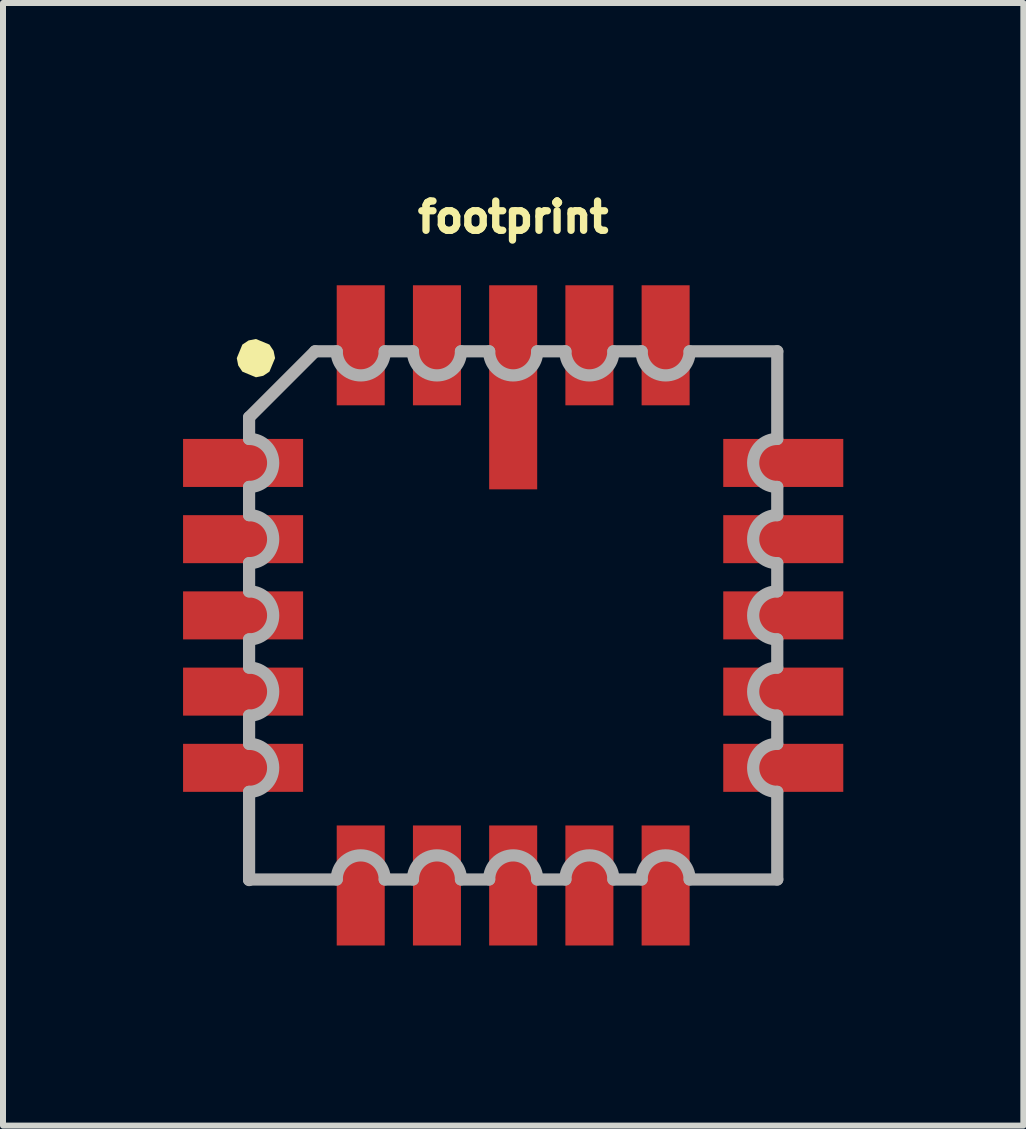
<source format=kicad_pcb>
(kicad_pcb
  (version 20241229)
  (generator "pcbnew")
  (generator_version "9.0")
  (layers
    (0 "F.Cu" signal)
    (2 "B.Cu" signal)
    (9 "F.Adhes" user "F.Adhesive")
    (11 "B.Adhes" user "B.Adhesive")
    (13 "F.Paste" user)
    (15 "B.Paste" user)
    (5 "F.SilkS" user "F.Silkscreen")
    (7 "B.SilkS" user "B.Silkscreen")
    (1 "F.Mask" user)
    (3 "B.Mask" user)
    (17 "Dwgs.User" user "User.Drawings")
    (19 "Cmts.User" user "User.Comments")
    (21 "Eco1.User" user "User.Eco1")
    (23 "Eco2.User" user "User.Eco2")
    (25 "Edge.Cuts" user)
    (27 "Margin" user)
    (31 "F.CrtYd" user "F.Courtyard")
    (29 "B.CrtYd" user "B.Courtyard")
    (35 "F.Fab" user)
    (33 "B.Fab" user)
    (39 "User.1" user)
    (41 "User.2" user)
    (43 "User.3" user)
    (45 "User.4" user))
  (footprint "footprint"
    (layer "F.Cu")
    (at 5.5 7.203)
    (property "Reference" "footprint" (at 0 -6.35 0) (layer "F.SilkS") (effects (font (size 0.488 0.488) (thickness 0.122)) (justify bottom)))
    (fp_poly (pts (xy -4.061 -4.512) (xy -3.992 -4.408) (xy -3.967 -4.286) (xy -4.061 -4.061) (xy -4.164 -3.992) (xy -4.286 -3.967) (xy -4.512 -4.061) (xy -4.581 -4.164) (xy -4.605 -4.286) (xy -4.512 -4.512) (xy -4.408 -4.581) (xy -4.286 -4.605)) (stroke (width 0) (type solid)) (fill yes) (layer "F.SilkS"))
    (fp_line (start -4.4 -3.3) (end -4.4 -2.94) (stroke (width 0.203) (type solid)) (layer "F.Fab"))
    (fp_line (start -4.4 -2.14) (end -4.4 -1.67) (stroke (width 0.203) (type solid)) (layer "F.Fab"))
    (fp_line (start -4.4 -0.87) (end -4.4 -0.4) (stroke (width 0.203) (type solid)) (layer "F.Fab"))
    (fp_line (start -4.4 0.4) (end -4.4 0.87) (stroke (width 0.203) (type solid)) (layer "F.Fab"))
    (fp_line (start -4.4 1.67) (end -4.4 2.14) (stroke (width 0.203) (type solid)) (layer "F.Fab"))
    (fp_line (start -4.4 2.94) (end -4.4 4.4) (stroke (width 0.203) (type solid)) (layer "F.Fab"))
    (fp_line (start -4.4 4.4) (end -4.4 4.41) (stroke (width 0.203) (type solid)) (layer "F.Fab"))
    (fp_line (start -4.4 4.4) (end -2.94 4.4) (stroke (width 0.203) (type solid)) (layer "F.Fab"))
    (fp_line (start -3.3 -4.4) (end -4.4 -3.3) (stroke (width 0.203) (type solid)) (layer "F.Fab"))
    (fp_line (start -2.94 -4.4) (end -3.3 -4.4) (stroke (width 0.203) (type solid)) (layer "F.Fab"))
    (fp_line (start -2.14 4.4) (end -1.67 4.4) (stroke (width 0.203) (type solid)) (layer "F.Fab"))
    (fp_line (start -1.67 -4.4) (end -2.14 -4.4) (stroke (width 0.203) (type solid)) (layer "F.Fab"))
    (fp_line (start -0.87 4.4) (end -0.4 4.4) (stroke (width 0.203) (type solid)) (layer "F.Fab"))
    (fp_line (start -0.4 -4.4) (end -0.87 -4.4) (stroke (width 0.203) (type solid)) (layer "F.Fab"))
    (fp_line (start 0.4 4.4) (end 0.87 4.4) (stroke (width 0.203) (type solid)) (layer "F.Fab"))
    (fp_line (start 0.87 -4.4) (end 0.4 -4.4) (stroke (width 0.203) (type solid)) (layer "F.Fab"))
    (fp_line (start 1.67 4.4) (end 2.14 4.4) (stroke (width 0.203) (type solid)) (layer "F.Fab"))
    (fp_line (start 2.14 -4.4) (end 1.67 -4.4) (stroke (width 0.203) (type solid)) (layer "F.Fab"))
    (fp_line (start 2.94 4.4) (end 4.4 4.4) (stroke (width 0.203) (type solid)) (layer "F.Fab"))
    (fp_line (start 4.4 -4.4) (end 2.94 -4.4) (stroke (width 0.203) (type solid)) (layer "F.Fab"))
    (fp_line (start 4.4 -2.94) (end 4.4 -4.4) (stroke (width 0.203) (type solid)) (layer "F.Fab"))
    (fp_line (start 4.4 -1.67) (end 4.4 -2.14) (stroke (width 0.203) (type solid)) (layer "F.Fab"))
    (fp_line (start 4.4 -0.4) (end 4.4 -0.87) (stroke (width 0.203) (type solid)) (layer "F.Fab"))
    (fp_line (start 4.4 0.87) (end 4.4 0.4) (stroke (width 0.203) (type solid)) (layer "F.Fab"))
    (fp_line (start 4.4 2.14) (end 4.4 1.67) (stroke (width 0.203) (type solid)) (layer "F.Fab"))
    (fp_line (start 4.4 4.4) (end 4.4 2.94) (stroke (width 0.203) (type solid)) (layer "F.Fab"))
    (fp_arc (start -4.3985 -2.94) (mid -3.9985 -2.54) (end -4.3985 -2.14) (stroke (width 0.2032) (type solid)) (layer "F.Fab"))
    (fp_arc (start -4.3985 -1.67) (mid -3.9985 -1.27) (end -4.3985 -0.87) (stroke (width 0.2032) (type solid)) (layer "F.Fab"))
    (fp_arc (start -4.3985 -0.4001) (mid -3.9984 0) (end -4.3985 0.4001) (stroke (width 0.2032) (type solid)) (layer "F.Fab"))
    (fp_arc (start -4.3985 0.8699) (mid -3.9984 1.27) (end -4.3985 1.6701) (stroke (width 0.2032) (type solid)) (layer "F.Fab"))
    (fp_arc (start -4.3985 2.1399) (mid -3.9984 2.54) (end -4.3985 2.9401) (stroke (width 0.2032) (type solid)) (layer "F.Fab"))
    (fp_arc (start -2.9401 4.3985) (mid -2.54 3.9984) (end -2.1399 4.3985) (stroke (width 0.2032) (type solid)) (layer "F.Fab"))
    (fp_arc (start -2.1399 -4.3985) (mid -2.54 -3.9984) (end -2.9401 -4.3985) (stroke (width 0.2032) (type solid)) (layer "F.Fab"))
    (fp_arc (start -1.6701 4.3985) (mid -1.27 3.9984) (end -0.8699 4.3985) (stroke (width 0.2032) (type solid)) (layer "F.Fab"))
    (fp_arc (start -0.8699 -4.3985) (mid -1.27 -3.9984) (end -1.6701 -4.3985) (stroke (width 0.2032) (type solid)) (layer "F.Fab"))
    (fp_arc (start -0.4001 4.3985) (mid 0 3.9984) (end 0.4001 4.3985) (stroke (width 0.2032) (type solid)) (layer "F.Fab"))
    (fp_arc (start 0.4001 -4.3985) (mid 0 -3.9984) (end -0.4001 -4.3985) (stroke (width 0.2032) (type solid)) (layer "F.Fab"))
    (fp_arc (start 0.87 4.3985) (mid 1.27 3.9985) (end 1.67 4.3985) (stroke (width 0.2032) (type solid)) (layer "F.Fab"))
    (fp_arc (start 1.67 -4.3985) (mid 1.27 -3.9985) (end 0.87 -4.3985) (stroke (width 0.2032) (type solid)) (layer "F.Fab"))
    (fp_arc (start 2.14 4.3985) (mid 2.54 3.9985) (end 2.94 4.3985) (stroke (width 0.2032) (type solid)) (layer "F.Fab"))
    (fp_arc (start 2.94 -4.3985) (mid 2.54 -3.9985) (end 2.14 -4.3985) (stroke (width 0.2032) (type solid)) (layer "F.Fab"))
    (fp_arc (start 4.3985 -2.1399) (mid 3.9984 -2.54) (end 4.3985 -2.9401) (stroke (width 0.2032) (type solid)) (layer "F.Fab"))
    (fp_arc (start 4.3985 -0.8699) (mid 3.9984 -1.27) (end 4.3985 -1.6701) (stroke (width 0.2032) (type solid)) (layer "F.Fab"))
    (fp_arc (start 4.3985 0.4001) (mid 3.9984 0) (end 4.3985 -0.4001) (stroke (width 0.2032) (type solid)) (layer "F.Fab"))
    (fp_arc (start 4.3985 1.67) (mid 3.9985 1.27) (end 4.3985 0.87) (stroke (width 0.2032) (type solid)) (layer "F.Fab"))
    (fp_arc (start 4.3985 2.94) (mid 3.9985 2.54) (end 4.3985 2.14) (stroke (width 0.2032) (type solid)) (layer "F.Fab"))
    (pad "1" smd rect (at 0 -3.8) (size 0.8 3.4) (layers "F.Cu" "F.Mask" "F.Paste"))
    (pad "2" smd rect (at -1.27 -4.5) (size 0.8 2) (layers "F.Cu" "F.Mask" "F.Paste"))
    (pad "3" smd rect (at -2.54 -4.5) (size 0.8 2) (layers "F.Cu" "F.Mask" "F.Paste"))
    (pad "4" smd rect (at -4.5 -2.54) (size 2 0.8) (layers "F.Cu" "F.Mask" "F.Paste"))
    (pad "5" smd rect (at -4.5 -1.27) (size 2 0.8) (layers "F.Cu" "F.Mask" "F.Paste"))
    (pad "6" smd rect (at -4.5 0) (size 2 0.8) (layers "F.Cu" "F.Mask" "F.Paste"))
    (pad "7" smd rect (at -4.5 1.27) (size 2 0.8) (layers "F.Cu" "F.Mask" "F.Paste"))
    (pad "8" smd rect (at -4.5 2.54) (size 2 0.8) (layers "F.Cu" "F.Mask" "F.Paste"))
    (pad "9" smd rect (at -2.54 4.5) (size 0.8 2) (layers "F.Cu" "F.Mask" "F.Paste"))
    (pad "10" smd rect (at -1.27 4.5) (size 0.8 2) (layers "F.Cu" "F.Mask" "F.Paste"))
    (pad "11" smd rect (at 0 4.5) (size 0.8 2) (layers "F.Cu" "F.Mask" "F.Paste"))
    (pad "12" smd rect (at 1.27 4.5) (size 0.8 2) (layers "F.Cu" "F.Mask" "F.Paste"))
    (pad "13" smd rect (at 2.54 4.5) (size 0.8 2) (layers "F.Cu" "F.Mask" "F.Paste"))
    (pad "14" smd rect (at 4.5 2.54) (size 2 0.8) (layers "F.Cu" "F.Mask" "F.Paste"))
    (pad "15" smd rect (at 4.5 1.27) (size 2 0.8) (layers "F.Cu" "F.Mask" "F.Paste"))
    (pad "16" smd rect (at 4.5 0) (size 2 0.8) (layers "F.Cu" "F.Mask" "F.Paste"))
    (pad "17" smd rect (at 4.5 -1.27) (size 2 0.8) (layers "F.Cu" "F.Mask" "F.Paste"))
    (pad "18" smd rect (at 4.5 -2.54) (size 2 0.8) (layers "F.Cu" "F.Mask" "F.Paste"))
    (pad "19" smd rect (at 2.54 -4.5) (size 0.8 2) (layers "F.Cu" "F.Mask" "F.Paste"))
    (pad "20" smd rect (at 1.27 -4.5) (size 0.8 2) (layers "F.Cu" "F.Mask" "F.Paste")))
  (gr_rect
    (start -3 -3)
    (end 14 15.704)
    (stroke (width 0.1) (type default))
    (fill no)
    (layer "Edge.Cuts")))
</source>
